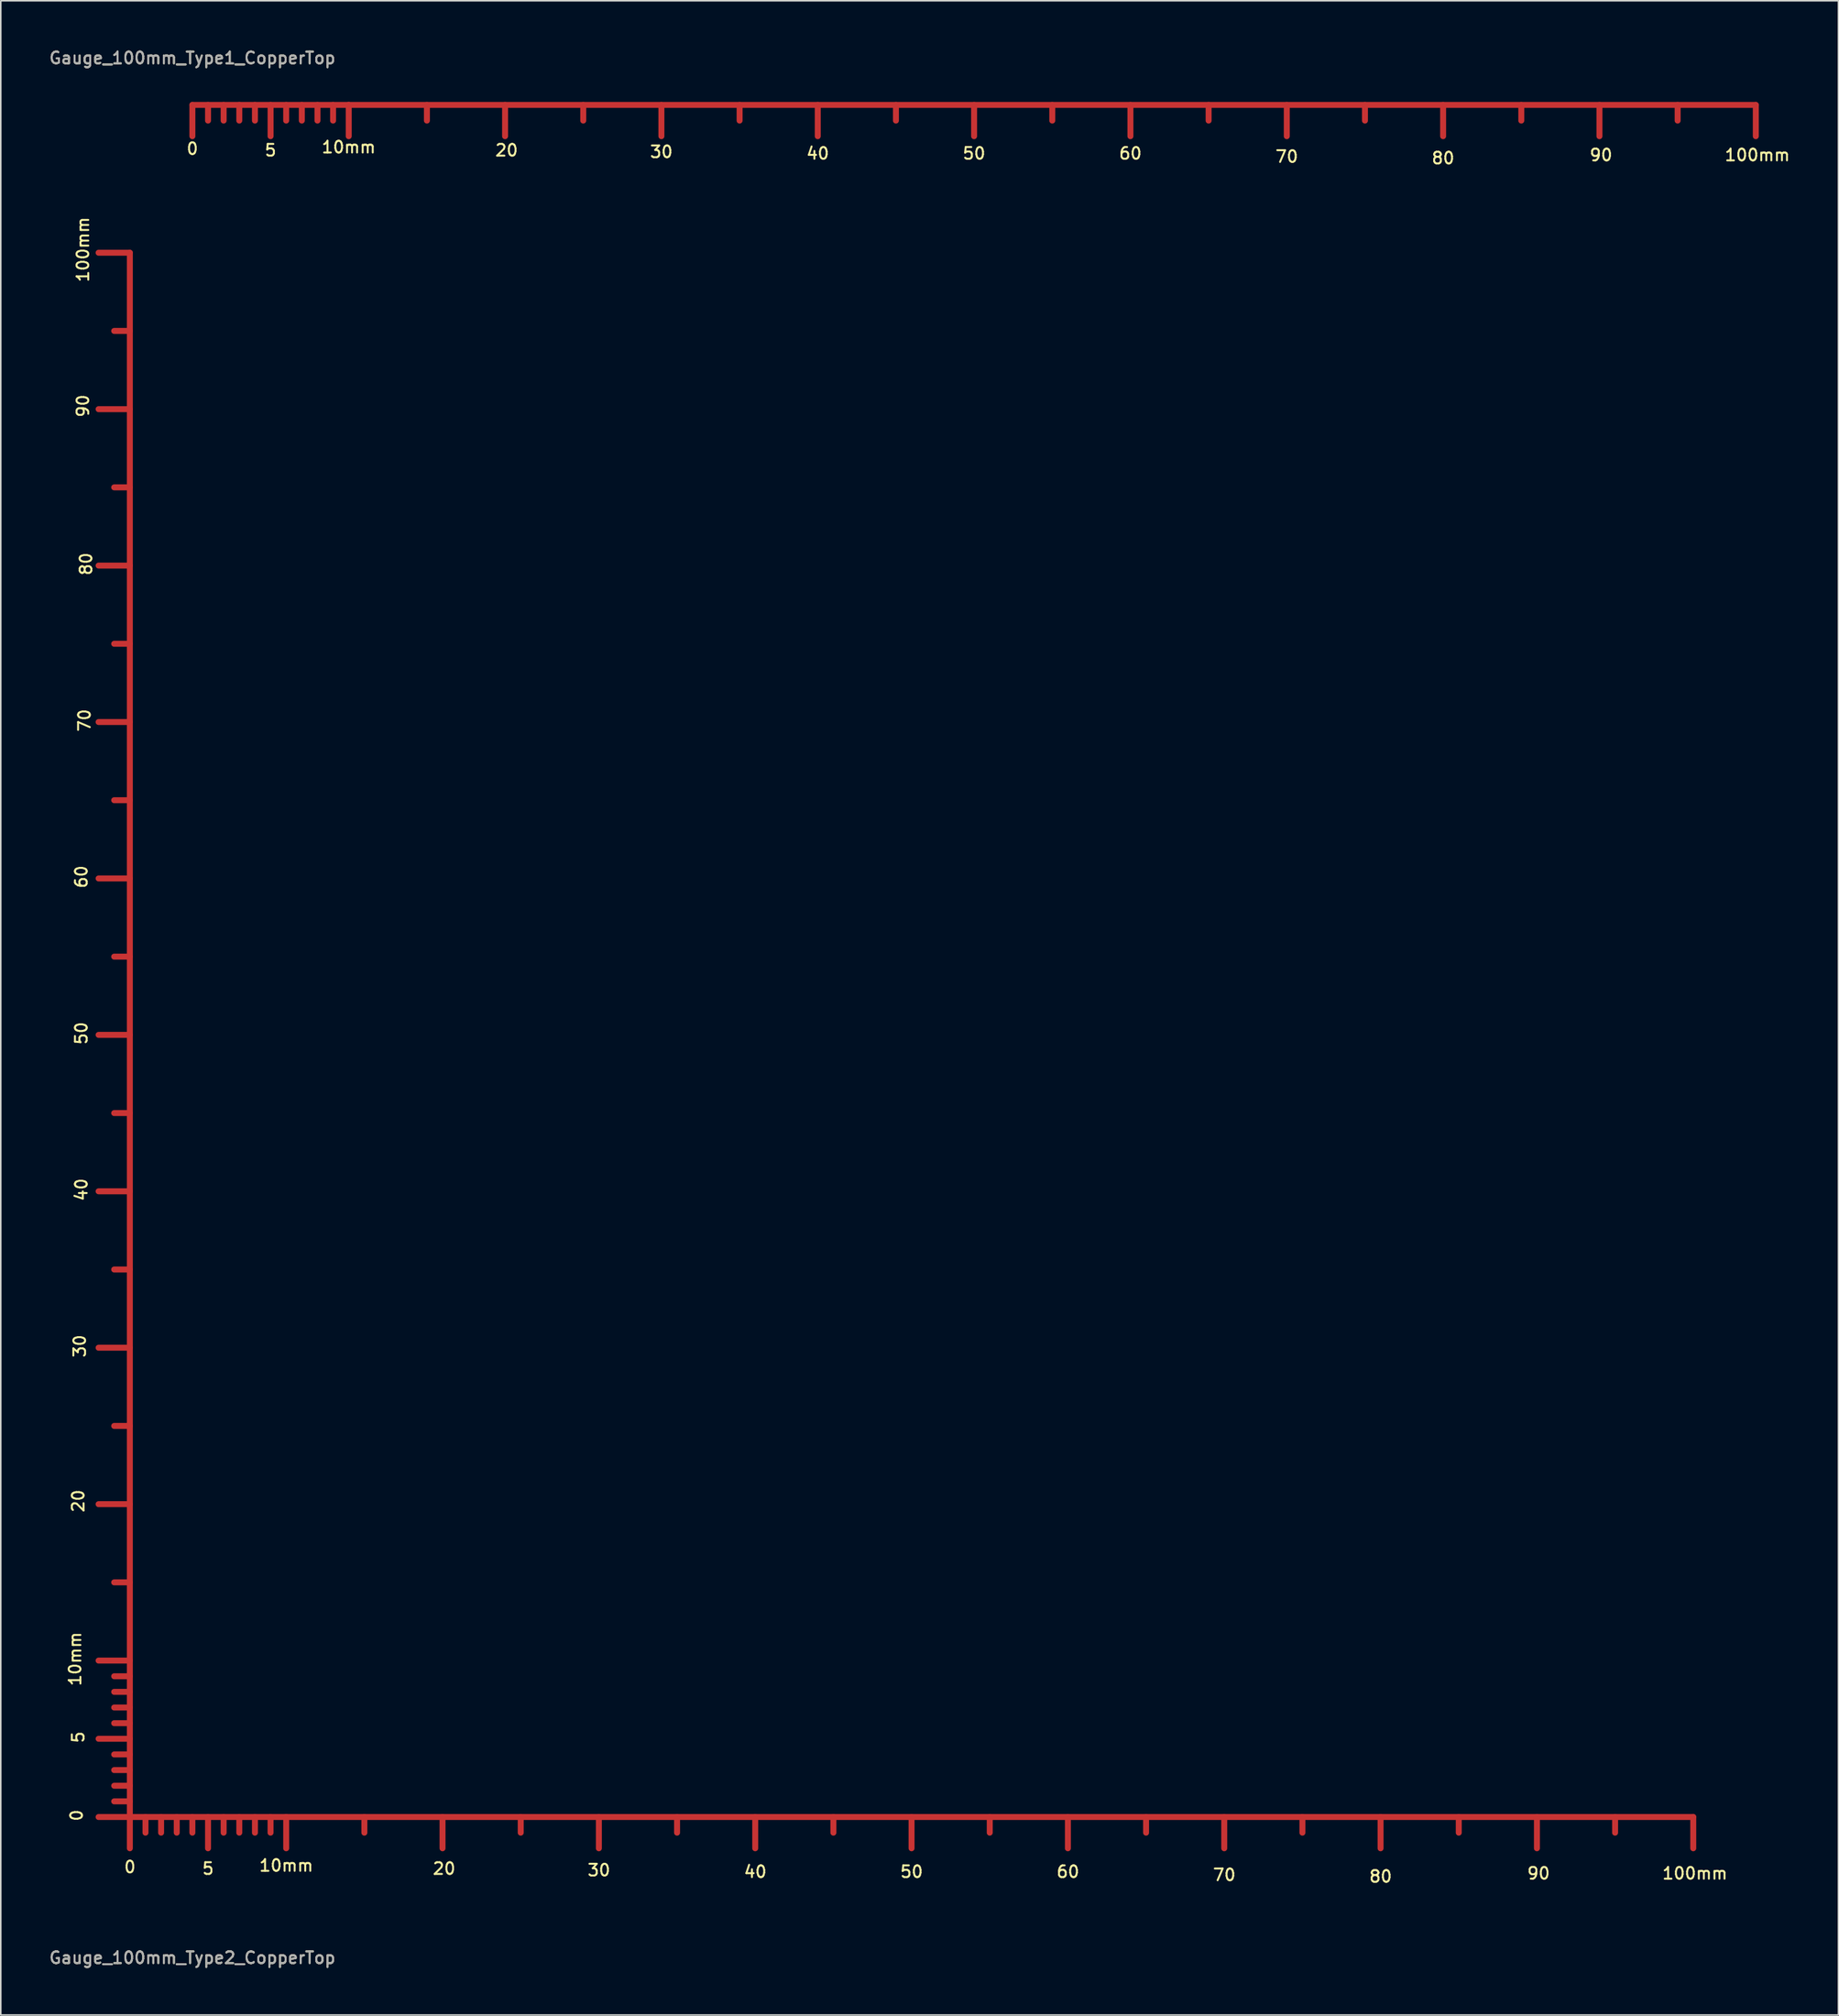
<source format=kicad_pcb>
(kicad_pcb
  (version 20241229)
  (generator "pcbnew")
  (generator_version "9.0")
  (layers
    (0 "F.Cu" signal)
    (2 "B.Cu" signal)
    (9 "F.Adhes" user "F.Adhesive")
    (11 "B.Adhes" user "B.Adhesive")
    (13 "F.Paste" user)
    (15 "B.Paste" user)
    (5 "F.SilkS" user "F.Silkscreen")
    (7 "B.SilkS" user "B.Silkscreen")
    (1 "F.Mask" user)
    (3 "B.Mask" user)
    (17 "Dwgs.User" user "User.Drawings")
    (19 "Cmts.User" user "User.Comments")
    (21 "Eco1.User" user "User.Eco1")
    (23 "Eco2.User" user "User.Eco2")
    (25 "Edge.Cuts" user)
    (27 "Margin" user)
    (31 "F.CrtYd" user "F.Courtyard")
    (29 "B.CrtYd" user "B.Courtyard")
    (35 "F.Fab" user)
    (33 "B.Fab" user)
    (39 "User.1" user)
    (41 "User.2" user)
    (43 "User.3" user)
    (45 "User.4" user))
  (footprint "Gauge_100mm_Type2_CopperTop"
    (layer "F.Cu")
    (at 5.255 113.107)
    (property "Reference" "Gauge_100mm_Type2_CopperTop" (at 4 8.999 0) (layer "F.SilkS") (effects (font (size 0.75 0.75) (thickness 0.125))))
    (attr exclude_from_pos_files exclude_from_bom)
    (fp_line (start 0 -100) (end -1.999 -100) (stroke (width 0.381) (type solid)) (layer "F.Cu"))
    (fp_line (start 0 -95.001) (end -1.001 -95.001) (stroke (width 0.381) (type solid)) (layer "F.Cu"))
    (fp_line (start 0 -90) (end -1.999 -90) (stroke (width 0.381) (type solid)) (layer "F.Cu"))
    (fp_line (start 0 -85.001) (end -1.001 -85.001) (stroke (width 0.381) (type solid)) (layer "F.Cu"))
    (fp_line (start 0 -80) (end -1.999 -80) (stroke (width 0.381) (type solid)) (layer "F.Cu"))
    (fp_line (start 0 -75.001) (end -1.001 -75.001) (stroke (width 0.381) (type solid)) (layer "F.Cu"))
    (fp_line (start 0 -70) (end -1.999 -70) (stroke (width 0.381) (type solid)) (layer "F.Cu"))
    (fp_line (start 0 -65.001) (end -1.001 -65.001) (stroke (width 0.381) (type solid)) (layer "F.Cu"))
    (fp_line (start 0 -60) (end -1.999 -60) (stroke (width 0.381) (type solid)) (layer "F.Cu"))
    (fp_line (start 0 -55.001) (end -1.001 -55.001) (stroke (width 0.381) (type solid)) (layer "F.Cu"))
    (fp_line (start 0 -50) (end -1.999 -50) (stroke (width 0.381) (type solid)) (layer "F.Cu"))
    (fp_line (start 0 -45.001) (end -1.001 -45.001) (stroke (width 0.381) (type solid)) (layer "F.Cu"))
    (fp_line (start 0 -40) (end -1.999 -40) (stroke (width 0.381) (type solid)) (layer "F.Cu"))
    (fp_line (start 0 -35.001) (end -1.001 -35.001) (stroke (width 0.381) (type solid)) (layer "F.Cu"))
    (fp_line (start 0 -30) (end -1.999 -30) (stroke (width 0.381) (type solid)) (layer "F.Cu"))
    (fp_line (start 0 -25.001) (end -1.001 -25.001) (stroke (width 0.381) (type solid)) (layer "F.Cu"))
    (fp_line (start 0 -20) (end -1.999 -20) (stroke (width 0.381) (type solid)) (layer "F.Cu"))
    (fp_line (start 0 -15.001) (end -1.001 -15.001) (stroke (width 0.381) (type solid)) (layer "F.Cu"))
    (fp_line (start 0 -10) (end -1.999 -10) (stroke (width 0.381) (type solid)) (layer "F.Cu"))
    (fp_line (start 0 -8.999) (end -1.001 -8.999) (stroke (width 0.381) (type solid)) (layer "F.Cu"))
    (fp_line (start 0 -8.001) (end -1.001 -8.001) (stroke (width 0.381) (type solid)) (layer "F.Cu"))
    (fp_line (start 0 -7) (end -1.001 -7) (stroke (width 0.381) (type solid)) (layer "F.Cu"))
    (fp_line (start 0 -5.999) (end -1.001 -5.999) (stroke (width 0.381) (type solid)) (layer "F.Cu"))
    (fp_line (start 0 -5.001) (end -1.999 -5.001) (stroke (width 0.381) (type solid)) (layer "F.Cu"))
    (fp_line (start 0 -4) (end -1.001 -4) (stroke (width 0.381) (type solid)) (layer "F.Cu"))
    (fp_line (start 0 -3) (end -1.001 -3) (stroke (width 0.381) (type solid)) (layer "F.Cu"))
    (fp_line (start 0 -1.999) (end -1.001 -1.999) (stroke (width 0.381) (type solid)) (layer "F.Cu"))
    (fp_line (start 0 -1.001) (end -1.001 -1.001) (stroke (width 0.381) (type solid)) (layer "F.Cu"))
    (fp_line (start 0 0) (end -1.999 0) (stroke (width 0.381) (type solid)) (layer "F.Cu"))
    (fp_line (start 0 0) (end 0 -100) (stroke (width 0.381) (type solid)) (layer "F.Cu"))
    (fp_line (start 0 0) (end 0 1.999) (stroke (width 0.381) (type solid)) (layer "F.Cu"))
    (fp_line (start 0 0) (end 10 0) (stroke (width 0.381) (type solid)) (layer "F.Cu"))
    (fp_line (start 1.001 0) (end 1.001 1.001) (stroke (width 0.381) (type solid)) (layer "F.Cu"))
    (fp_line (start 1.999 0) (end 1.999 1.001) (stroke (width 0.381) (type solid)) (layer "F.Cu"))
    (fp_line (start 3 0) (end 3 1.001) (stroke (width 0.381) (type solid)) (layer "F.Cu"))
    (fp_line (start 4 0) (end 4 1.001) (stroke (width 0.381) (type solid)) (layer "F.Cu"))
    (fp_line (start 5.001 0) (end 5.001 1.999) (stroke (width 0.381) (type solid)) (layer "F.Cu"))
    (fp_line (start 5.999 0) (end 5.999 1.001) (stroke (width 0.381) (type solid)) (layer "F.Cu"))
    (fp_line (start 7 0) (end 7 1.001) (stroke (width 0.381) (type solid)) (layer "F.Cu"))
    (fp_line (start 8.001 0) (end 8.001 1.001) (stroke (width 0.381) (type solid)) (layer "F.Cu"))
    (fp_line (start 8.999 0) (end 8.999 1.001) (stroke (width 0.381) (type solid)) (layer "F.Cu"))
    (fp_line (start 10 0) (end 10 1.999) (stroke (width 0.381) (type solid)) (layer "F.Cu"))
    (fp_line (start 10 0) (end 100 0) (stroke (width 0.381) (type solid)) (layer "F.Cu"))
    (fp_line (start 15.001 0) (end 15.001 1.001) (stroke (width 0.381) (type solid)) (layer "F.Cu"))
    (fp_line (start 20 0) (end 20 1.999) (stroke (width 0.381) (type solid)) (layer "F.Cu"))
    (fp_line (start 25.001 0) (end 25.001 1.001) (stroke (width 0.381) (type solid)) (layer "F.Cu"))
    (fp_line (start 30 0) (end 30 1.999) (stroke (width 0.381) (type solid)) (layer "F.Cu"))
    (fp_line (start 35.001 0) (end 35.001 1.001) (stroke (width 0.381) (type solid)) (layer "F.Cu"))
    (fp_line (start 40 0) (end 40 1.999) (stroke (width 0.381) (type solid)) (layer "F.Cu"))
    (fp_line (start 45.001 0) (end 45.001 1.001) (stroke (width 0.381) (type solid)) (layer "F.Cu"))
    (fp_line (start 50 0) (end 50 1.999) (stroke (width 0.381) (type solid)) (layer "F.Cu"))
    (fp_line (start 55.001 0) (end 55.001 1.001) (stroke (width 0.381) (type solid)) (layer "F.Cu"))
    (fp_line (start 60 0) (end 60 1.999) (stroke (width 0.381) (type solid)) (layer "F.Cu"))
    (fp_line (start 65.001 0) (end 65.001 1.001) (stroke (width 0.381) (type solid)) (layer "F.Cu"))
    (fp_line (start 70 0) (end 70 1.999) (stroke (width 0.381) (type solid)) (layer "F.Cu"))
    (fp_line (start 75.001 0) (end 75.001 1.001) (stroke (width 0.381) (type solid)) (layer "F.Cu"))
    (fp_line (start 80 0) (end 80 1.999) (stroke (width 0.381) (type solid)) (layer "F.Cu"))
    (fp_line (start 85.001 0) (end 85.001 1.001) (stroke (width 0.381) (type solid)) (layer "F.Cu"))
    (fp_line (start 90 0) (end 90 1.999) (stroke (width 0.381) (type solid)) (layer "F.Cu"))
    (fp_line (start 95.001 0) (end 95.001 1.001) (stroke (width 0.381) (type solid)) (layer "F.Cu"))
    (fp_line (start 100 0) (end 100 1.999) (stroke (width 0.381) (type solid)) (layer "F.Cu"))
    (fp_text user "0" (at -3.404 -0.104 90) (layer "F.SilkS") (effects (font (size 0.75 0.75) (thickness 0.125))))
    (fp_text user "60" (at 60.005 3.5 0) (layer "F.SilkS") (effects (font (size 0.75 0.75) (thickness 0.125))))
    (fp_text user "5" (at -3.302 -5.103 90) (layer "F.SilkS") (effects (font (size 0.75 0.75) (thickness 0.125))))
    (fp_text user "30" (at -3.203 -30.104 90) (layer "F.SilkS") (effects (font (size 0.75 0.75) (thickness 0.125))))
    (fp_text user "60" (at -3.101 -60.104 90) (layer "F.SilkS") (effects (font (size 0.75 0.75) (thickness 0.125))))
    (fp_text user "100mm" (at 100.106 3.602 0) (layer "F.SilkS") (effects (font (size 0.75 0.75) (thickness 0.125))))
    (fp_text user "90" (at 90.106 3.602 0) (layer "F.SilkS") (effects (font (size 0.75 0.75) (thickness 0.125))))
    (fp_text user "50" (at 50.005 3.5 0) (layer "F.SilkS") (effects (font (size 0.75 0.75) (thickness 0.125))))
    (fp_text user "10mm" (at -3.503 -10.104 90) (layer "F.SilkS") (effects (font (size 0.75 0.75) (thickness 0.125))))
    (fp_text user "5" (at 5.004 3.299 0) (layer "F.SilkS") (effects (font (size 0.75 0.75) (thickness 0.125))))
    (fp_text user "80" (at -2.802 -80.104 90) (layer "F.SilkS") (effects (font (size 0.75 0.75) (thickness 0.125))))
    (fp_text user "10mm" (at 10.005 3.099 0) (layer "F.SilkS") (effects (font (size 0.75 0.75) (thickness 0.125))))
    (fp_text user "0" (at 0.005 3.198 0) (layer "F.SilkS") (effects (font (size 0.75 0.75) (thickness 0.125))))
    (fp_text user "90" (at -3 -90.206 90) (layer "F.SilkS") (effects (font (size 0.75 0.75) (thickness 0.125))))
    (fp_text user "50" (at -3.101 -50.104 90) (layer "F.SilkS") (effects (font (size 0.75 0.75) (thickness 0.125))))
    (fp_text user "40" (at -3.101 -40.104 90) (layer "F.SilkS") (effects (font (size 0.75 0.75) (thickness 0.125))))
    (fp_text user "30" (at 30.005 3.399 0) (layer "F.SilkS") (effects (font (size 0.75 0.75) (thickness 0.125))))
    (fp_text user "70" (at 70.005 3.701 0) (layer "F.SilkS") (effects (font (size 0.75 0.75) (thickness 0.125))))
    (fp_text user "20" (at 20.104 3.299 0) (layer "F.SilkS") (effects (font (size 0.75 0.75) (thickness 0.125))))
    (fp_text user "100mm" (at -3 -100.206 90) (layer "F.SilkS") (effects (font (size 0.75 0.75) (thickness 0.125))))
    (fp_text user "80" (at 80.005 3.8 0) (layer "F.SilkS") (effects (font (size 0.75 0.75) (thickness 0.125))))
    (fp_text user "70" (at -2.901 -70.104 90) (layer "F.SilkS") (effects (font (size 0.75 0.75) (thickness 0.125))))
    (fp_text user "20" (at -3.302 -20.203 90) (layer "F.SilkS") (effects (font (size 0.75 0.75) (thickness 0.125))))
    (fp_text user "40" (at 40.005 3.5 0) (layer "F.SilkS") (effects (font (size 0.75 0.75) (thickness 0.125))))
    (fp_text user "${REFERENCE}" (at 4 8.999 0) (layer "F.Fab") (effects (font (size 0.75 0.75) (thickness 0.125)))))
  (footprint "Gauge_100mm_Type1_CopperTop"
    (layer "F.Cu")
    (at 9.255 3.658)
    (property "Reference" "Gauge_100mm_Type1_CopperTop" (at 0 -3 0) (layer "F.SilkS") (effects (font (size 0.75 0.75) (thickness 0.125))))
    (attr exclude_from_pos_files exclude_from_bom)
    (fp_line (start 0 0) (end 0 1.999) (stroke (width 0.381) (type solid)) (layer "F.Cu"))
    (fp_line (start 0 0) (end 10 0) (stroke (width 0.381) (type solid)) (layer "F.Cu"))
    (fp_line (start 1.001 0) (end 1.001 1.001) (stroke (width 0.381) (type solid)) (layer "F.Cu"))
    (fp_line (start 1.999 0) (end 1.999 1.001) (stroke (width 0.381) (type solid)) (layer "F.Cu"))
    (fp_line (start 3 0) (end 3 1.001) (stroke (width 0.381) (type solid)) (layer "F.Cu"))
    (fp_line (start 4 0) (end 4 1.001) (stroke (width 0.381) (type solid)) (layer "F.Cu"))
    (fp_line (start 5.001 0) (end 5.001 1.999) (stroke (width 0.381) (type solid)) (layer "F.Cu"))
    (fp_line (start 5.999 0) (end 5.999 1.001) (stroke (width 0.381) (type solid)) (layer "F.Cu"))
    (fp_line (start 7 0) (end 7 1.001) (stroke (width 0.381) (type solid)) (layer "F.Cu"))
    (fp_line (start 8.001 0) (end 8.001 1.001) (stroke (width 0.381) (type solid)) (layer "F.Cu"))
    (fp_line (start 8.999 0) (end 8.999 1.001) (stroke (width 0.381) (type solid)) (layer "F.Cu"))
    (fp_line (start 10 0) (end 10 1.999) (stroke (width 0.381) (type solid)) (layer "F.Cu"))
    (fp_line (start 10 0) (end 100 0) (stroke (width 0.381) (type solid)) (layer "F.Cu"))
    (fp_line (start 15.001 0) (end 15.001 1.001) (stroke (width 0.381) (type solid)) (layer "F.Cu"))
    (fp_line (start 20 0) (end 20 1.999) (stroke (width 0.381) (type solid)) (layer "F.Cu"))
    (fp_line (start 25.001 0) (end 25.001 1.001) (stroke (width 0.381) (type solid)) (layer "F.Cu"))
    (fp_line (start 30 0) (end 30 1.999) (stroke (width 0.381) (type solid)) (layer "F.Cu"))
    (fp_line (start 35.001 0) (end 35.001 1.001) (stroke (width 0.381) (type solid)) (layer "F.Cu"))
    (fp_line (start 40 0) (end 40 1.999) (stroke (width 0.381) (type solid)) (layer "F.Cu"))
    (fp_line (start 45.001 0) (end 45.001 1.001) (stroke (width 0.381) (type solid)) (layer "F.Cu"))
    (fp_line (start 50 0) (end 50 1.999) (stroke (width 0.381) (type solid)) (layer "F.Cu"))
    (fp_line (start 55.001 0) (end 55.001 1.001) (stroke (width 0.381) (type solid)) (layer "F.Cu"))
    (fp_line (start 60 0) (end 60 1.999) (stroke (width 0.381) (type solid)) (layer "F.Cu"))
    (fp_line (start 65.001 0) (end 65.001 1.001) (stroke (width 0.381) (type solid)) (layer "F.Cu"))
    (fp_line (start 70 0) (end 70 1.999) (stroke (width 0.381) (type solid)) (layer "F.Cu"))
    (fp_line (start 75.001 0) (end 75.001 1.001) (stroke (width 0.381) (type solid)) (layer "F.Cu"))
    (fp_line (start 80 0) (end 80 1.999) (stroke (width 0.381) (type solid)) (layer "F.Cu"))
    (fp_line (start 85.001 0) (end 85.001 1.001) (stroke (width 0.381) (type solid)) (layer "F.Cu"))
    (fp_line (start 90 0) (end 90 1.999) (stroke (width 0.381) (type solid)) (layer "F.Cu"))
    (fp_line (start 95.001 0) (end 95.001 1.001) (stroke (width 0.381) (type solid)) (layer "F.Cu"))
    (fp_line (start 100 0) (end 100 1.999) (stroke (width 0.381) (type solid)) (layer "F.Cu"))
    (fp_text user "20" (at 20.099 2.901 0) (layer "F.SilkS") (effects (font (size 0.75 0.75) (thickness 0.125))))
    (fp_text user "5" (at 4.999 2.901 0) (layer "F.SilkS") (effects (font (size 0.75 0.75) (thickness 0.125))))
    (fp_text user "70" (at 70 3.302 0) (layer "F.SilkS") (effects (font (size 0.75 0.75) (thickness 0.125))))
    (fp_text user "50" (at 50 3.101 0) (layer "F.SilkS") (effects (font (size 0.75 0.75) (thickness 0.125))))
    (fp_text user "0" (at 0 2.799 0) (layer "F.SilkS") (effects (font (size 0.75 0.75) (thickness 0.125))))
    (fp_text user "10mm" (at 10 2.7 0) (layer "F.SilkS") (effects (font (size 0.75 0.75) (thickness 0.125))))
    (fp_text user "80" (at 80 3.401 0) (layer "F.SilkS") (effects (font (size 0.75 0.75) (thickness 0.125))))
    (fp_text user "90" (at 90.101 3.203 0) (layer "F.SilkS") (effects (font (size 0.75 0.75) (thickness 0.125))))
    (fp_text user "100mm" (at 100.101 3.203 0) (layer "F.SilkS") (effects (font (size 0.75 0.75) (thickness 0.125))))
    (fp_text user "60" (at 60 3.101 0) (layer "F.SilkS") (effects (font (size 0.75 0.75) (thickness 0.125))))
    (fp_text user "30" (at 30 3 0) (layer "F.SilkS") (effects (font (size 0.75 0.75) (thickness 0.125))))
    (fp_text user "40" (at 40 3.101 0) (layer "F.SilkS") (effects (font (size 0.75 0.75) (thickness 0.125))))
    (fp_text user "${REFERENCE}" (at 0 -3 0) (layer "F.Fab") (effects (font (size 0.75 0.75) (thickness 0.125)))))
  (gr_rect
    (start -3 -3)
    (end 114.541 125.764)
    (stroke (width 0.1) (type default))
    (fill no)
    (layer "Edge.Cuts")))
</source>
